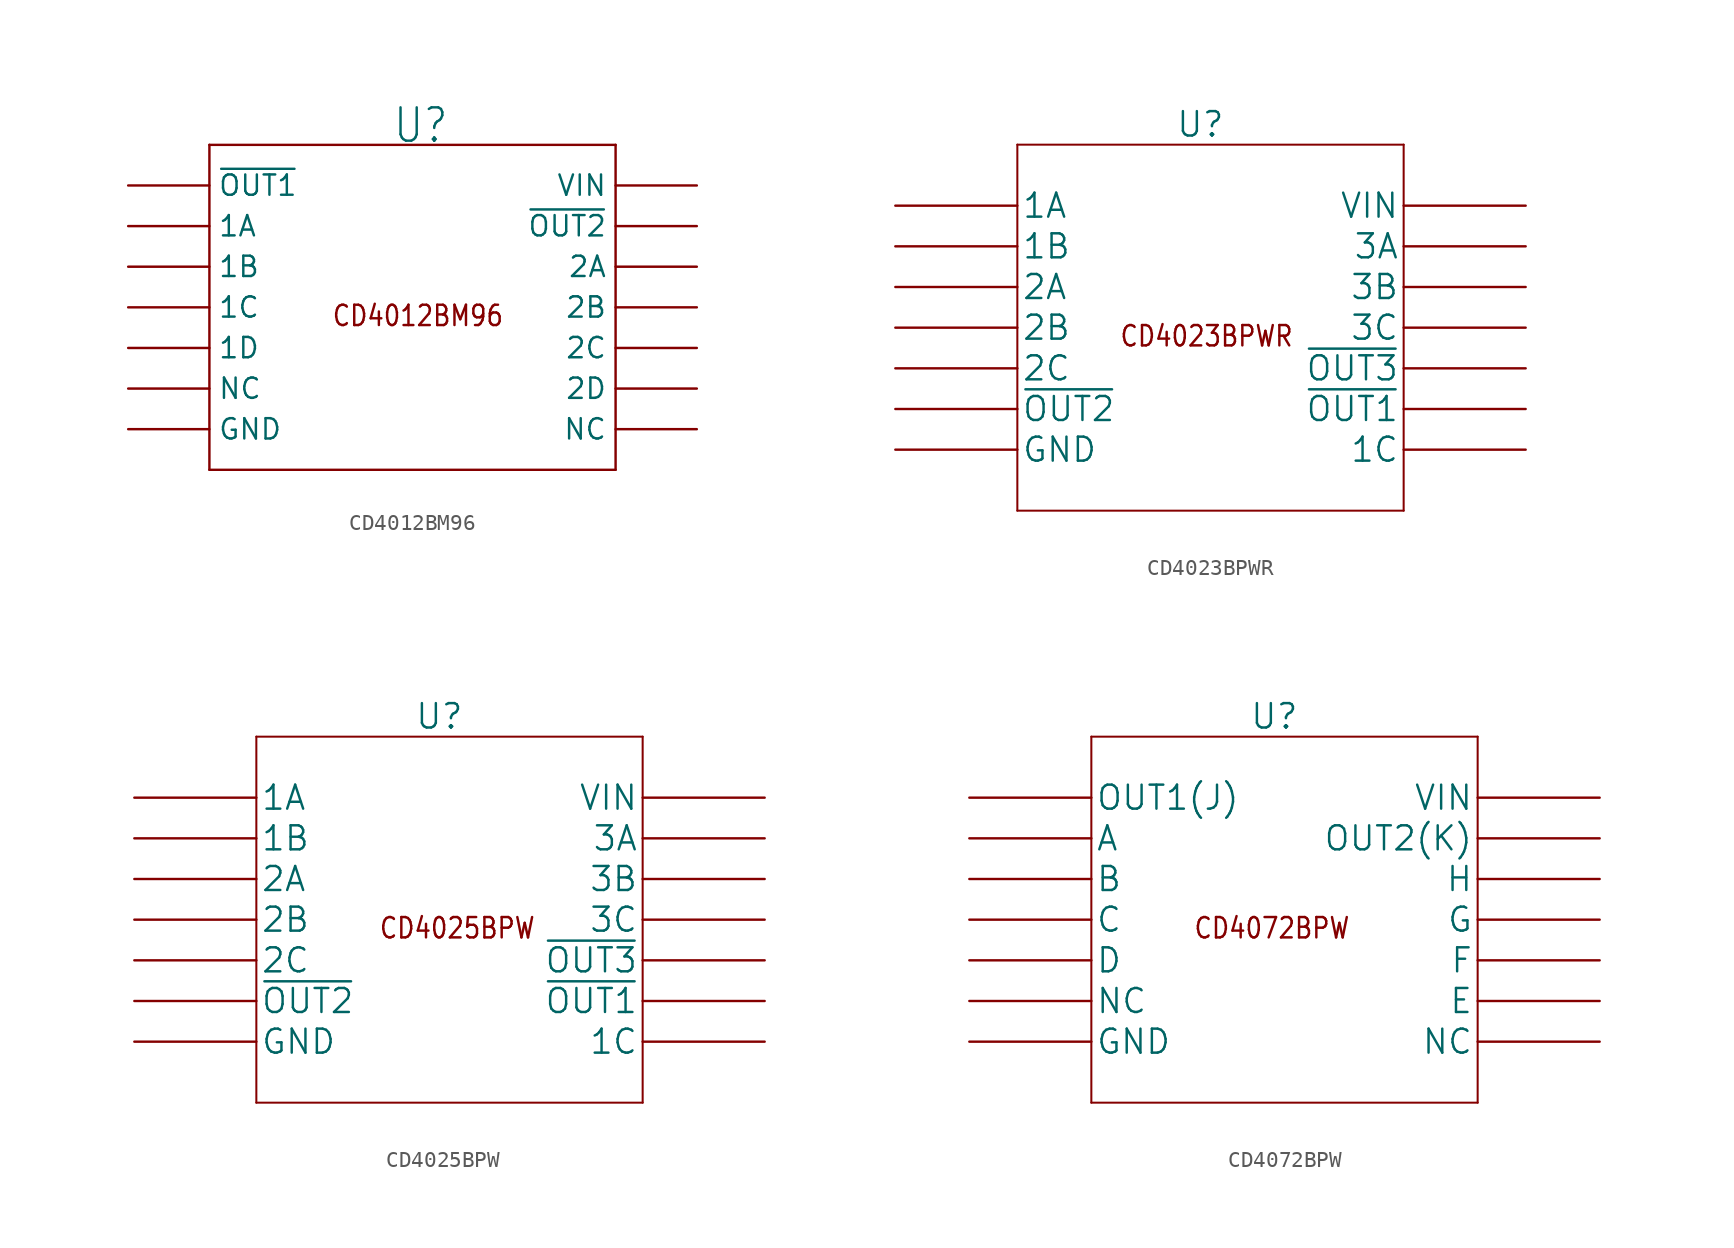
<source format=kicad_sym>
(kicad_symbol_lib
  (version 20220914)
  (generator kicad_symbol_editor)
  (symbol "CD4012BM96"
    (pin_numbers hide)
    (property "Reference" "U"
      (at -1.27 10.16 0)
      (effects (font (size 2.083 1.77)) (justify left bottom)))
    (symbol "CD4012BM96_1_0"
      (polyline (pts (xy -12.7 -10.16) (xy 12.7 -10.16)) (stroke (width 0.152) (type solid)) (fill (type none)))
      (polyline (pts (xy -12.7 10.16) (xy -12.7 -10.16)) (stroke (width 0.152) (type solid)) (fill (type none)))
      (polyline (pts (xy 12.7 -10.16) (xy 12.7 10.16)) (stroke (width 0.152) (type solid)) (fill (type none)))
      (polyline (pts (xy 12.7 10.16) (xy -12.7 10.16)) (stroke (width 0.152) (type solid)) (fill (type none)))
      (text "CD4012BM96" (at -5.08 -1.27 0) (effects (font (size 1.27 1.079)) (justify left bottom)))
      (pin passive line (at -17.78 7.62 0) (length 5.08) (name "~{OUT1}" (effects (font (size 1.27 1.27)))) (number "1" (effects (font (size 1.27 1.27)))))
      (pin passive line (at 17.78 -2.54 180) (length 5.08) (name "2C" (effects (font (size 1.27 1.27)))) (number "10" (effects (font (size 1.27 1.27)))))
      (pin passive line (at 17.78 0 180) (length 5.08) (name "2B" (effects (font (size 1.27 1.27)))) (number "11" (effects (font (size 1.27 1.27)))))
      (pin passive line (at 17.78 2.54 180) (length 5.08) (name "2A" (effects (font (size 1.27 1.27)))) (number "12" (effects (font (size 1.27 1.27)))))
      (pin passive line (at 17.78 5.08 180) (length 5.08) (name "~{OUT2}" (effects (font (size 1.27 1.27)))) (number "13" (effects (font (size 1.27 1.27)))))
      (pin passive line (at 17.78 7.62 180) (length 5.08) (name "VIN" (effects (font (size 1.27 1.27)))) (number "14" (effects (font (size 1.27 1.27)))))
      (pin passive line (at -17.78 5.08 0) (length 5.08) (name "1A" (effects (font (size 1.27 1.27)))) (number "2" (effects (font (size 1.27 1.27)))))
      (pin passive line (at -17.78 2.54 0) (length 5.08) (name "1B" (effects (font (size 1.27 1.27)))) (number "3" (effects (font (size 1.27 1.27)))))
      (pin passive line (at -17.78 0 0) (length 5.08) (name "1C" (effects (font (size 1.27 1.27)))) (number "4" (effects (font (size 1.27 1.27)))))
      (pin passive line (at -17.78 -2.54 0) (length 5.08) (name "1D" (effects (font (size 1.27 1.27)))) (number "5" (effects (font (size 1.27 1.27)))))
      (pin passive line (at -17.78 -5.08 0) (length 5.08) (name "NC" (effects (font (size 1.27 1.27)))) (number "6" (effects (font (size 1.27 1.27)))))
      (pin passive line (at -17.78 -7.62 0) (length 5.08) (name "GND" (effects (font (size 1.27 1.27)))) (number "7" (effects (font (size 1.27 1.27)))))
      (pin passive line (at 17.78 -7.62 180) (length 5.08) (name "NC" (effects (font (size 1.27 1.27)))) (number "8" (effects (font (size 1.27 1.27)))))
      (pin passive line (at 17.78 -5.08 180) (length 5.08) (name "2D" (effects (font (size 1.27 1.27)))) (number "9" (effects (font (size 1.27 1.27)))))))
  (symbol "CD4023BPWR"
    (pin_numbers hide)
    (pin_names
      (offset 0.254))
    (property "Reference" "U"
      (at 0 12.7 0)
      (effects (font (size 1.524 1.524))))
    (symbol "CD4023BPWR_1_0"
      (text "CD4023BPWR" (at -5.08 -1.27 0) (effects (font (size 1.27 1.079)) (justify left bottom))))
    (symbol "CD4023BPWR_1_1"
      (polyline (pts (xy -11.43 -11.43) (xy 12.7 -11.43)) (stroke (width 0.127) (type solid)) (fill (type none)))
      (polyline (pts (xy -11.43 11.43) (xy -11.43 -11.43)) (stroke (width 0.127) (type solid)) (fill (type none)))
      (polyline (pts (xy 12.7 -11.43) (xy 12.7 11.43)) (stroke (width 0.127) (type solid)) (fill (type none)))
      (polyline (pts (xy 12.7 11.43) (xy -11.43 11.43)) (stroke (width 0.127) (type solid)) (fill (type none)))
      (pin passive line (at -19.05 7.62 0) (length 7.62) (name "1A" (effects (font (size 1.499 1.499)))) (number "1" (effects (font (size 1.499 1.499)))))
      (pin passive line (at 20.32 -2.54 180) (length 7.62) (name "~{OUT3}" (effects (font (size 1.499 1.499)))) (number "10" (effects (font (size 1.499 1.499)))))
      (pin passive line (at 20.32 0 180) (length 7.62) (name "3C" (effects (font (size 1.499 1.499)))) (number "11" (effects (font (size 1.499 1.499)))))
      (pin passive line (at 20.32 2.54 180) (length 7.62) (name "3B" (effects (font (size 1.499 1.499)))) (number "12" (effects (font (size 1.499 1.499)))))
      (pin passive line (at 20.32 5.08 180) (length 7.62) (name "3A" (effects (font (size 1.499 1.499)))) (number "13" (effects (font (size 1.499 1.499)))))
      (pin passive line (at 20.32 7.62 180) (length 7.62) (name "VIN" (effects (font (size 1.499 1.499)))) (number "14" (effects (font (size 1.499 1.499)))))
      (pin passive line (at -19.05 5.08 0) (length 7.62) (name "1B" (effects (font (size 1.499 1.499)))) (number "2" (effects (font (size 1.499 1.499)))))
      (pin passive line (at -19.05 2.54 0) (length 7.62) (name "2A" (effects (font (size 1.499 1.499)))) (number "3" (effects (font (size 1.499 1.499)))))
      (pin passive line (at -19.05 0 0) (length 7.62) (name "2B" (effects (font (size 1.499 1.499)))) (number "4" (effects (font (size 1.499 1.499)))))
      (pin passive line (at -19.05 -2.54 0) (length 7.62) (name "2C" (effects (font (size 1.499 1.499)))) (number "5" (effects (font (size 1.499 1.499)))))
      (pin passive line (at -19.05 -5.08 0) (length 7.62) (name "~{OUT2}" (effects (font (size 1.499 1.499)))) (number "6" (effects (font (size 1.499 1.499)))))
      (pin passive line (at -19.05 -7.62 0) (length 7.62) (name "GND" (effects (font (size 1.499 1.499)))) (number "7" (effects (font (size 1.499 1.499)))))
      (pin passive line (at 20.32 -7.62 180) (length 7.62) (name "1C" (effects (font (size 1.499 1.499)))) (number "8" (effects (font (size 1.499 1.499)))))
      (pin passive line (at 20.32 -5.08 180) (length 7.62) (name "~{OUT1}" (effects (font (size 1.499 1.499)))) (number "9" (effects (font (size 1.499 1.499)))))))
  (symbol "CD4025BPW "
    (pin_numbers hide)
    (pin_names
      (offset 0.254))
    (property "Reference" "U"
      (at 0 12.7 0)
      (effects (font (size 1.524 1.524))))
    (symbol "CD4025BPW _1_0"
      (text "CD4025BPW" (at -3.81 -1.27 0) (effects (font (size 1.27 1.079)) (justify left bottom))))
    (symbol "CD4025BPW _1_1"
      (polyline (pts (xy -11.43 -11.43) (xy 12.7 -11.43)) (stroke (width 0.127) (type solid)) (fill (type none)))
      (polyline (pts (xy -11.43 11.43) (xy -11.43 -11.43)) (stroke (width 0.127) (type solid)) (fill (type none)))
      (polyline (pts (xy 12.7 -11.43) (xy 12.7 11.43)) (stroke (width 0.127) (type solid)) (fill (type none)))
      (polyline (pts (xy 12.7 11.43) (xy -11.43 11.43)) (stroke (width 0.127) (type solid)) (fill (type none)))
      (pin passive line (at -19.05 7.62 0) (length 7.62) (name "1A" (effects (font (size 1.499 1.499)))) (number "1" (effects (font (size 1.499 1.499)))))
      (pin passive line (at 20.32 -2.54 180) (length 7.62) (name "~{OUT3}" (effects (font (size 1.499 1.499)))) (number "10" (effects (font (size 1.499 1.499)))))
      (pin passive line (at 20.32 0 180) (length 7.62) (name "3C" (effects (font (size 1.499 1.499)))) (number "11" (effects (font (size 1.499 1.499)))))
      (pin passive line (at 20.32 2.54 180) (length 7.62) (name "3B" (effects (font (size 1.499 1.499)))) (number "12" (effects (font (size 1.499 1.499)))))
      (pin passive line (at 20.32 5.08 180) (length 7.62) (name "3A" (effects (font (size 1.499 1.499)))) (number "13" (effects (font (size 1.499 1.499)))))
      (pin passive line (at 20.32 7.62 180) (length 7.62) (name "VIN" (effects (font (size 1.499 1.499)))) (number "14" (effects (font (size 1.499 1.499)))))
      (pin passive line (at -19.05 5.08 0) (length 7.62) (name "1B" (effects (font (size 1.499 1.499)))) (number "2" (effects (font (size 1.499 1.499)))))
      (pin passive line (at -19.05 2.54 0) (length 7.62) (name "2A" (effects (font (size 1.499 1.499)))) (number "3" (effects (font (size 1.499 1.499)))))
      (pin passive line (at -19.05 0 0) (length 7.62) (name "2B" (effects (font (size 1.499 1.499)))) (number "4" (effects (font (size 1.499 1.499)))))
      (pin passive line (at -19.05 -2.54 0) (length 7.62) (name "2C" (effects (font (size 1.499 1.499)))) (number "5" (effects (font (size 1.499 1.499)))))
      (pin passive line (at -19.05 -5.08 0) (length 7.62) (name "~{OUT2}" (effects (font (size 1.499 1.499)))) (number "6" (effects (font (size 1.499 1.499)))))
      (pin passive line (at -19.05 -7.62 0) (length 7.62) (name "GND" (effects (font (size 1.499 1.499)))) (number "7" (effects (font (size 1.499 1.499)))))
      (pin passive line (at 20.32 -7.62 180) (length 7.62) (name "1C" (effects (font (size 1.499 1.499)))) (number "8" (effects (font (size 1.499 1.499)))))
      (pin passive line (at 20.32 -5.08 180) (length 7.62) (name "~{OUT1}" (effects (font (size 1.499 1.499)))) (number "9" (effects (font (size 1.499 1.499)))))))
  (symbol "CD4072BPW"
    (pin_numbers hide)
    (pin_names
      (offset 0.254))
    (property "Reference" "U"
      (at 0 12.7 0)
      (effects (font (size 1.524 1.524))))
    (symbol "CD4072BPW_1_0"
      (text "CD4072BPW" (at -5.08 -1.27 0) (effects (font (size 1.27 1.079)) (justify left bottom))))
    (symbol "CD4072BPW_1_1"
      (polyline (pts (xy -11.43 -11.43) (xy 12.7 -11.43)) (stroke (width 0.127) (type solid)) (fill (type none)))
      (polyline (pts (xy -11.43 11.43) (xy -11.43 -11.43)) (stroke (width 0.127) (type solid)) (fill (type none)))
      (polyline (pts (xy 12.7 -11.43) (xy 12.7 11.43)) (stroke (width 0.127) (type solid)) (fill (type none)))
      (polyline (pts (xy 12.7 11.43) (xy -11.43 11.43)) (stroke (width 0.127) (type solid)) (fill (type none)))
      (pin passive line (at -19.05 7.62 0) (length 7.62) (name "OUT1(J)" (effects (font (size 1.499 1.499)))) (number "1" (effects (font (size 1.499 1.499)))))
      (pin passive line (at 20.32 -2.54 180) (length 7.62) (name "F" (effects (font (size 1.499 1.499)))) (number "10" (effects (font (size 1.499 1.499)))))
      (pin passive line (at 20.32 0 180) (length 7.62) (name "G" (effects (font (size 1.499 1.499)))) (number "11" (effects (font (size 1.499 1.499)))))
      (pin passive line (at 20.32 2.54 180) (length 7.62) (name "H" (effects (font (size 1.499 1.499)))) (number "12" (effects (font (size 1.499 1.499)))))
      (pin passive line (at 20.32 5.08 180) (length 7.62) (name "OUT2(K)" (effects (font (size 1.499 1.499)))) (number "13" (effects (font (size 1.499 1.499)))))
      (pin passive line (at 20.32 7.62 180) (length 7.62) (name "VIN" (effects (font (size 1.499 1.499)))) (number "14" (effects (font (size 1.499 1.499)))))
      (pin passive line (at -19.05 5.08 0) (length 7.62) (name "A" (effects (font (size 1.499 1.499)))) (number "2" (effects (font (size 1.499 1.499)))))
      (pin passive line (at -19.05 2.54 0) (length 7.62) (name "B" (effects (font (size 1.499 1.499)))) (number "3" (effects (font (size 1.499 1.499)))))
      (pin passive line (at -19.05 0 0) (length 7.62) (name "C" (effects (font (size 1.499 1.499)))) (number "4" (effects (font (size 1.499 1.499)))))
      (pin passive line (at -19.05 -2.54 0) (length 7.62) (name "D" (effects (font (size 1.499 1.499)))) (number "5" (effects (font (size 1.499 1.499)))))
      (pin passive line (at -19.05 -5.08 0) (length 7.62) (name "NC" (effects (font (size 1.499 1.499)))) (number "6" (effects (font (size 1.499 1.499)))))
      (pin passive line (at -19.05 -7.62 0) (length 7.62) (name "GND" (effects (font (size 1.499 1.499)))) (number "7" (effects (font (size 1.499 1.499)))))
      (pin passive line (at 20.32 -7.62 180) (length 7.62) (name "NC" (effects (font (size 1.499 1.499)))) (number "8" (effects (font (size 1.499 1.499)))))
      (pin passive line (at 20.32 -5.08 180) (length 7.62) (name "E" (effects (font (size 1.499 1.499)))) (number "9" (effects (font (size 1.499 1.499))))))))
</source>
